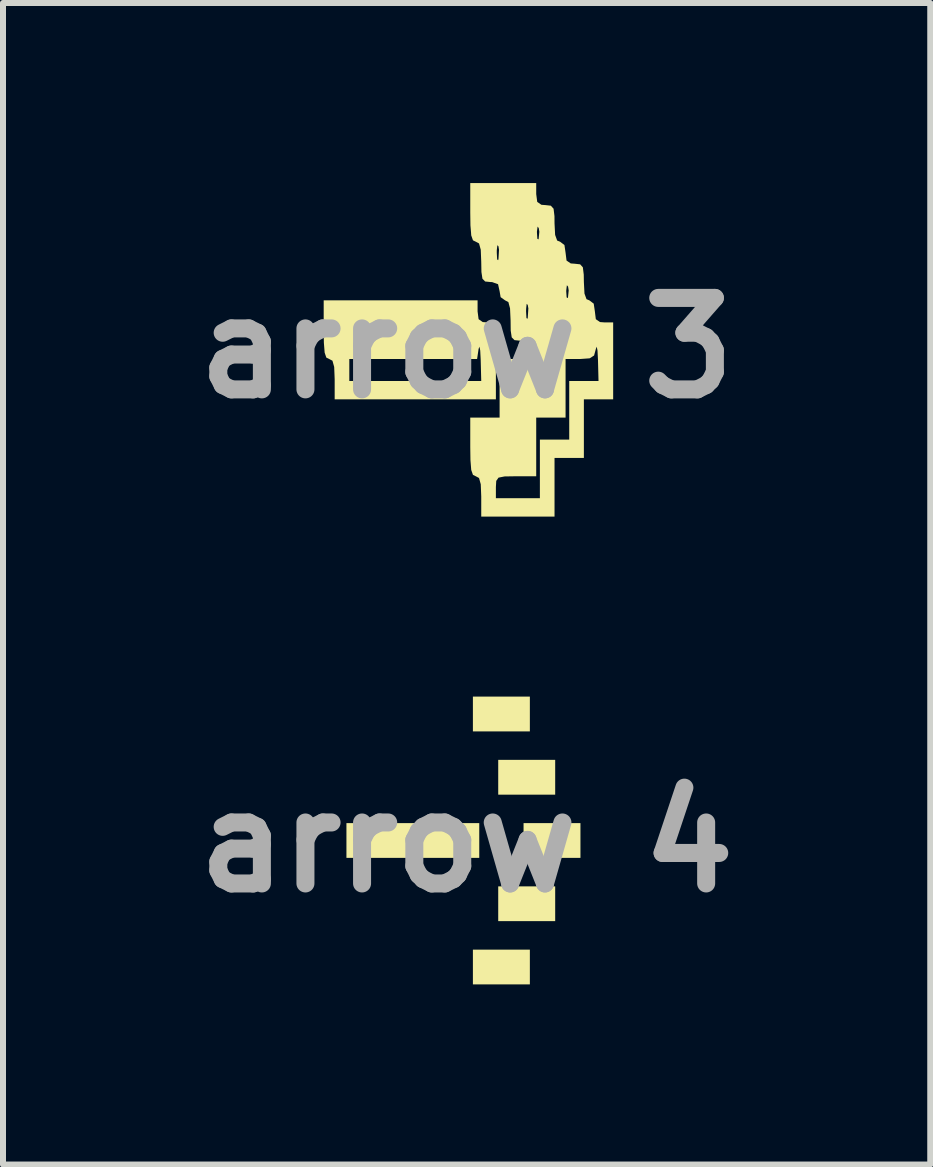
<source format=kicad_pcb>
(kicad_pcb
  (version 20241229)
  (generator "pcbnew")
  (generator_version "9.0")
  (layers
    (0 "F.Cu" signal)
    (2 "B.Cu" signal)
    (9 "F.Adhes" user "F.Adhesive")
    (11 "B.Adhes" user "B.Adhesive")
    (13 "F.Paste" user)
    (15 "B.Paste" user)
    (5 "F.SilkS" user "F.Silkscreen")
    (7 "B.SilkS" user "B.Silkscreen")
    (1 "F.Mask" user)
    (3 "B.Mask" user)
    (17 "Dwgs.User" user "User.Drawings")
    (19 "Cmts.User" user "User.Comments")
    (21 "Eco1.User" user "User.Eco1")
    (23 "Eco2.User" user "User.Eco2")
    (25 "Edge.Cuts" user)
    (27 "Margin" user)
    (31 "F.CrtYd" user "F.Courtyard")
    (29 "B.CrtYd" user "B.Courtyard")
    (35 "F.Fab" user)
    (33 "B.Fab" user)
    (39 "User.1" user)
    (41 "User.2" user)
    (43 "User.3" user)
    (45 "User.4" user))
  (footprint "arrow 4"
    (layer "F.Cu")
    (at 4.724 10.98)
    (property "Reference" "arrow 4" (at 0 0 0) (layer "F.Fab") (effects (font (size 1.524 1.524) (thickness 0.3))))
    (attr board_only exclude_from_pos_files exclude_from_bom)
    (fp_poly (pts (xy 0.211 0.263) (xy -2.002 0.263) (xy -2.002 -0.316) (xy 0.211 -0.316)) (stroke (width 0) (type solid)) (fill yes) (layer "F.SilkS"))
    (fp_poly (pts (xy 1.054 -1.844) (xy 0.105 -1.844) (xy 0.105 -2.424) (xy 1.054 -2.424)) (stroke (width 0) (type solid)) (fill yes) (layer "F.SilkS"))
    (fp_poly (pts (xy 1.054 2.371) (xy 0.105 2.371) (xy 0.105 1.792) (xy 1.054 1.792)) (stroke (width 0) (type solid)) (fill yes) (layer "F.SilkS"))
    (fp_poly (pts (xy 1.476 -0.79) (xy 0.527 -0.79) (xy 0.527 -1.37) (xy 1.476 -1.37)) (stroke (width 0) (type solid)) (fill yes) (layer "F.SilkS"))
    (fp_poly (pts (xy 1.476 1.317) (xy 0.527 1.317) (xy 0.527 0.738) (xy 1.476 0.738)) (stroke (width 0) (type solid)) (fill yes) (layer "F.SilkS"))
    (fp_poly (pts (xy 1.897 0.263) (xy 0.949 0.263) (xy 0.949 -0.316) (xy 1.897 -0.316)) (stroke (width 0) (type solid)) (fill yes) (layer "F.SilkS")))
  (footprint "arrow 3"
    (layer "F.Cu")
    (at 4.724 2.748)
    (property "Reference" "arrow 3" (at 0 0 0) (layer "F.Fab") (effects (font (size 1.524 1.524) (thickness 0.3))))
    (attr board_only exclude_from_pos_files exclude_from_bom)
    (fp_poly (pts (xy 0.183 -0.611) (xy 0.2 -0.48) (xy 0.269 -0.432) (xy 0.336 -0.427) (xy 0.488 -0.427) (xy 0.488 0.855) (xy -2.198 0.855) (xy -2.198 0.519) (xy -2.206 0.316) (xy -2.235 0.212) (xy -2.29 0.183) (xy -1.954 0.183) (xy -1.954 0.55) (xy 0.244 0.55) (xy 0.235 0.198) (xy 0.227 0.042) (xy 0.214 -0.022) (xy 0.2 0.015) (xy 0.175 0.183) (xy -1.954 0.183) (xy -2.29 0.183) (xy -2.337 0.16) (xy -2.365 0.077) (xy -2.378 -0.089) (xy -2.381 -0.305) (xy -2.381 -0.794) (xy 0.183 -0.794)) (stroke (width 0) (type solid)) (fill yes) (layer "F.SilkS"))
    (fp_poly (pts (xy 1.16 -2.564) (xy 1.177 -2.434) (xy 1.246 -2.386) (xy 1.313 -2.381) (xy 1.403 -2.371) (xy 1.449 -2.321) (xy 1.464 -2.198) (xy 1.465 -2.076) (xy 1.475 -1.884) (xy 1.509 -1.79) (xy 1.557 -1.771) (xy 1.63 -1.716) (xy 1.649 -1.587) (xy 1.665 -1.457) (xy 1.735 -1.409) (xy 1.801 -1.404) (xy 1.892 -1.394) (xy 1.937 -1.344) (xy 1.952 -1.222) (xy 1.954 -1.099) (xy 1.964 -0.907) (xy 1.998 -0.813) (xy 2.045 -0.794) (xy 2.118 -0.739) (xy 2.137 -0.611) (xy 2.153 -0.48) (xy 2.223 -0.432) (xy 2.29 -0.427) (xy 2.442 -0.427) (xy 2.442 0.855) (xy 1.954 0.855) (xy 1.954 1.832) (xy 1.465 1.832) (xy 1.465 2.809) (xy 0.244 2.809) (xy 0.244 2.473) (xy 0.238 2.32) (xy 0.488 2.32) (xy 0.488 2.503) (xy 1.221 2.503) (xy 1.221 1.526) (xy 1.71 1.526) (xy 1.71 0.55) (xy 2.198 0.55) (xy 2.189 0.198) (xy 2.181 0.042) (xy 2.168 -0.022) (xy 2.154 0.015) (xy 2.124 0.125) (xy 2.051 0.172) (xy 1.897 0.183) (xy 1.889 0.183) (xy 1.649 0.183) (xy 1.649 1.16) (xy 1.16 1.16) (xy 1.16 2.137) (xy 0.824 2.137) (xy 0.632 2.14) (xy 0.532 2.16) (xy 0.494 2.214) (xy 0.488 2.317) (xy 0.488 2.32) (xy 0.238 2.32) (xy 0.236 2.27) (xy 0.207 2.166) (xy 0.153 2.137) (xy 0.106 2.114) (xy 0.077 2.031) (xy 0.064 1.865) (xy 0.061 1.649) (xy 0.061 1.16) (xy 0.55 1.16) (xy 0.55 0.183) (xy 0.794 0.183) (xy 0.951 0.175) (xy 1.021 0.136) (xy 1.038 0.044) (xy 1.038 0.031) (xy 1.013 -0.086) (xy 0.913 -0.121) (xy 0.885 -0.122) (xy 0.798 -0.131) (xy 0.752 -0.177) (xy 0.735 -0.29) (xy 0.733 -0.458) (xy 0.726 -0.611) (xy 0.991 -0.611) (xy 0.997 -0.499) (xy 1.013 -0.486) (xy 1.019 -0.504) (xy 1.029 -0.659) (xy 1.019 -0.717) (xy 1.001 -0.736) (xy 0.992 -0.652) (xy 0.991 -0.611) (xy 0.726 -0.611) (xy 0.724 -0.66) (xy 0.696 -0.765) (xy 0.641 -0.794) (xy 0.567 -0.847) (xy 0.55 -0.946) (xy 1.66 -0.946) (xy 1.667 -0.842) (xy 1.686 -0.833) (xy 1.689 -0.838) (xy 1.701 -0.96) (xy 1.691 -1.022) (xy 1.671 -1.046) (xy 1.661 -0.965) (xy 1.66 -0.946) (xy 0.55 -0.946) (xy 0.524 -1.063) (xy 0.425 -1.098) (xy 0.397 -1.099) (xy 0.309 -1.108) (xy 0.264 -1.154) (xy 0.247 -1.267) (xy 0.244 -1.435) (xy 0.238 -1.587) (xy 0.503 -1.587) (xy 0.509 -1.476) (xy 0.525 -1.463) (xy 0.531 -1.481) (xy 0.54 -1.636) (xy 0.531 -1.694) (xy 0.513 -1.713) (xy 0.503 -1.629) (xy 0.503 -1.587) (xy 0.238 -1.587) (xy 0.236 -1.637) (xy 0.207 -1.742) (xy 0.153 -1.771) (xy 0.106 -1.794) (xy 0.077 -1.877) (xy 0.074 -1.923) (xy 1.172 -1.923) (xy 1.179 -1.819) (xy 1.198 -1.81) (xy 1.2 -1.815) (xy 1.212 -1.937) (xy 1.202 -1.998) (xy 1.183 -2.023) (xy 1.172 -1.942) (xy 1.172 -1.923) (xy 0.074 -1.923) (xy 0.064 -2.043) (xy 0.061 -2.259) (xy 0.061 -2.748) (xy 1.16 -2.748)) (stroke (width 0) (type solid)) (fill yes) (layer "F.SilkS")))
  (gr_rect
    (start -3 -3)
    (end 12.449 16.352)
    (stroke (width 0.1) (type default))
    (fill no)
    (layer "Edge.Cuts")))
</source>
